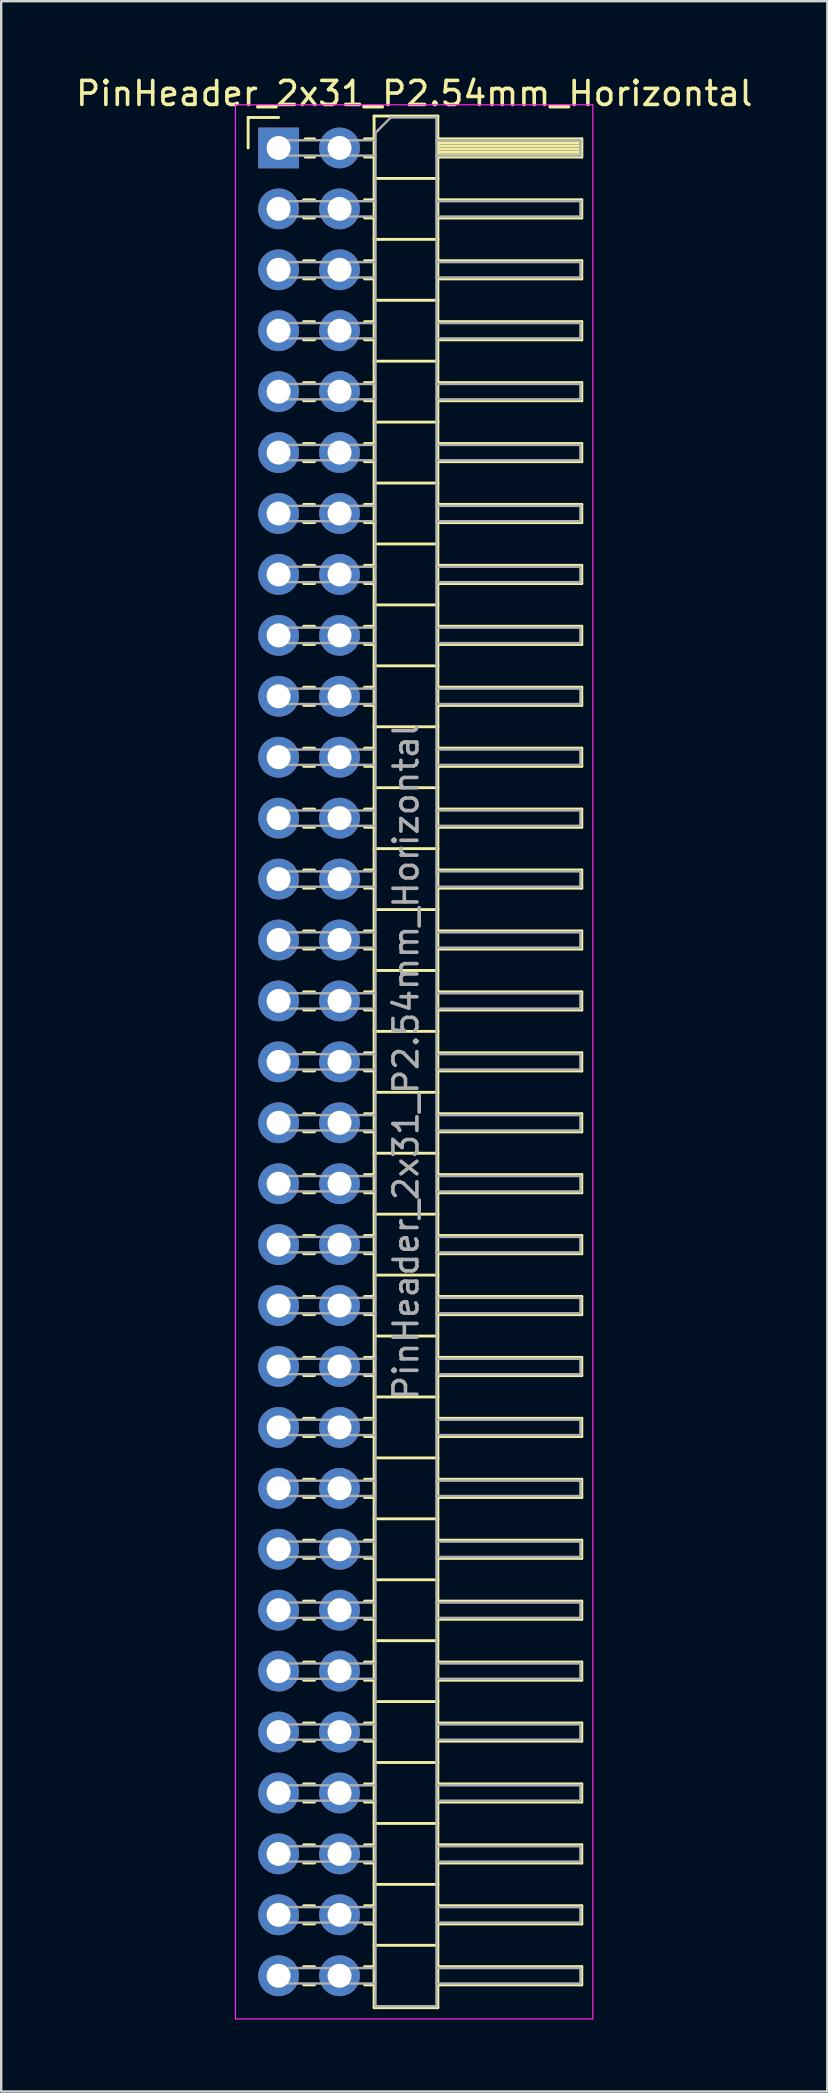
<source format=kicad_pcb>
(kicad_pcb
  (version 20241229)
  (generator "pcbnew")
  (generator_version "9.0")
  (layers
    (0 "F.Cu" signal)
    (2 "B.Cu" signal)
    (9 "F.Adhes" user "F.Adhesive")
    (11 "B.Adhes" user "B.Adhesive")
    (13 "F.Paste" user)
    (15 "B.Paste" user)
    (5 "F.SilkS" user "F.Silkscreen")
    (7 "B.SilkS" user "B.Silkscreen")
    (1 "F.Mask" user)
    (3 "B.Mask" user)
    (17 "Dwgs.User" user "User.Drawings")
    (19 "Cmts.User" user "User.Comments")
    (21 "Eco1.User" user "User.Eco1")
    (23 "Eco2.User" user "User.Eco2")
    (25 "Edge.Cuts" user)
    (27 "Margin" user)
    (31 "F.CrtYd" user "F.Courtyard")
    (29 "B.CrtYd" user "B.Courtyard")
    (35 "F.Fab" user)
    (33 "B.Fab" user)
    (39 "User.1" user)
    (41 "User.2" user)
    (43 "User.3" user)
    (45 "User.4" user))
  (footprint "PinHeader_2x31_P2.54mm_Horizontal"
    (layer "F.Cu")
    (at 8.565 3.118)
    (property "Reference" "PinHeader_2x31_P2.54mm_Horizontal" (at 5.655 -2.27 0) (layer "F.SilkS") (effects (font (size 1 1) (thickness 0.15))))
    (attr through_hole)
    (fp_line (start -1.27 -1.27) (end 0 -1.27) (stroke (width 0.12) (type solid)) (layer "F.SilkS"))
    (fp_line (start -1.27 0) (end -1.27 -1.27) (stroke (width 0.12) (type solid)) (layer "F.SilkS"))
    (fp_line (start 1.043 2.16) (end 1.497 2.16) (stroke (width 0.12) (type solid)) (layer "F.SilkS"))
    (fp_line (start 1.043 2.92) (end 1.497 2.92) (stroke (width 0.12) (type solid)) (layer "F.SilkS"))
    (fp_line (start 1.043 4.7) (end 1.497 4.7) (stroke (width 0.12) (type solid)) (layer "F.SilkS"))
    (fp_line (start 1.043 5.46) (end 1.497 5.46) (stroke (width 0.12) (type solid)) (layer "F.SilkS"))
    (fp_line (start 1.043 7.24) (end 1.497 7.24) (stroke (width 0.12) (type solid)) (layer "F.SilkS"))
    (fp_line (start 1.043 8) (end 1.497 8) (stroke (width 0.12) (type solid)) (layer "F.SilkS"))
    (fp_line (start 1.043 9.78) (end 1.497 9.78) (stroke (width 0.12) (type solid)) (layer "F.SilkS"))
    (fp_line (start 1.043 10.54) (end 1.497 10.54) (stroke (width 0.12) (type solid)) (layer "F.SilkS"))
    (fp_line (start 1.043 12.32) (end 1.497 12.32) (stroke (width 0.12) (type solid)) (layer "F.SilkS"))
    (fp_line (start 1.043 13.08) (end 1.497 13.08) (stroke (width 0.12) (type solid)) (layer "F.SilkS"))
    (fp_line (start 1.043 14.86) (end 1.497 14.86) (stroke (width 0.12) (type solid)) (layer "F.SilkS"))
    (fp_line (start 1.043 15.62) (end 1.497 15.62) (stroke (width 0.12) (type solid)) (layer "F.SilkS"))
    (fp_line (start 1.043 17.4) (end 1.497 17.4) (stroke (width 0.12) (type solid)) (layer "F.SilkS"))
    (fp_line (start 1.043 18.16) (end 1.497 18.16) (stroke (width 0.12) (type solid)) (layer "F.SilkS"))
    (fp_line (start 1.043 19.94) (end 1.497 19.94) (stroke (width 0.12) (type solid)) (layer "F.SilkS"))
    (fp_line (start 1.043 20.7) (end 1.497 20.7) (stroke (width 0.12) (type solid)) (layer "F.SilkS"))
    (fp_line (start 1.043 22.48) (end 1.497 22.48) (stroke (width 0.12) (type solid)) (layer "F.SilkS"))
    (fp_line (start 1.043 23.24) (end 1.497 23.24) (stroke (width 0.12) (type solid)) (layer "F.SilkS"))
    (fp_line (start 1.043 25.02) (end 1.497 25.02) (stroke (width 0.12) (type solid)) (layer "F.SilkS"))
    (fp_line (start 1.043 25.78) (end 1.497 25.78) (stroke (width 0.12) (type solid)) (layer "F.SilkS"))
    (fp_line (start 1.043 27.56) (end 1.497 27.56) (stroke (width 0.12) (type solid)) (layer "F.SilkS"))
    (fp_line (start 1.043 28.32) (end 1.497 28.32) (stroke (width 0.12) (type solid)) (layer "F.SilkS"))
    (fp_line (start 1.043 30.1) (end 1.497 30.1) (stroke (width 0.12) (type solid)) (layer "F.SilkS"))
    (fp_line (start 1.043 30.86) (end 1.497 30.86) (stroke (width 0.12) (type solid)) (layer "F.SilkS"))
    (fp_line (start 1.043 32.64) (end 1.497 32.64) (stroke (width 0.12) (type solid)) (layer "F.SilkS"))
    (fp_line (start 1.043 33.4) (end 1.497 33.4) (stroke (width 0.12) (type solid)) (layer "F.SilkS"))
    (fp_line (start 1.043 35.18) (end 1.497 35.18) (stroke (width 0.12) (type solid)) (layer "F.SilkS"))
    (fp_line (start 1.043 35.94) (end 1.497 35.94) (stroke (width 0.12) (type solid)) (layer "F.SilkS"))
    (fp_line (start 1.043 37.72) (end 1.497 37.72) (stroke (width 0.12) (type solid)) (layer "F.SilkS"))
    (fp_line (start 1.043 38.48) (end 1.497 38.48) (stroke (width 0.12) (type solid)) (layer "F.SilkS"))
    (fp_line (start 1.043 40.26) (end 1.497 40.26) (stroke (width 0.12) (type solid)) (layer "F.SilkS"))
    (fp_line (start 1.043 41.02) (end 1.497 41.02) (stroke (width 0.12) (type solid)) (layer "F.SilkS"))
    (fp_line (start 1.043 42.8) (end 1.497 42.8) (stroke (width 0.12) (type solid)) (layer "F.SilkS"))
    (fp_line (start 1.043 43.56) (end 1.497 43.56) (stroke (width 0.12) (type solid)) (layer "F.SilkS"))
    (fp_line (start 1.043 45.34) (end 1.497 45.34) (stroke (width 0.12) (type solid)) (layer "F.SilkS"))
    (fp_line (start 1.043 46.1) (end 1.497 46.1) (stroke (width 0.12) (type solid)) (layer "F.SilkS"))
    (fp_line (start 1.043 47.88) (end 1.497 47.88) (stroke (width 0.12) (type solid)) (layer "F.SilkS"))
    (fp_line (start 1.043 48.64) (end 1.497 48.64) (stroke (width 0.12) (type solid)) (layer "F.SilkS"))
    (fp_line (start 1.043 50.42) (end 1.497 50.42) (stroke (width 0.12) (type solid)) (layer "F.SilkS"))
    (fp_line (start 1.043 51.18) (end 1.497 51.18) (stroke (width 0.12) (type solid)) (layer "F.SilkS"))
    (fp_line (start 1.043 52.96) (end 1.497 52.96) (stroke (width 0.12) (type solid)) (layer "F.SilkS"))
    (fp_line (start 1.043 53.72) (end 1.497 53.72) (stroke (width 0.12) (type solid)) (layer "F.SilkS"))
    (fp_line (start 1.043 55.5) (end 1.497 55.5) (stroke (width 0.12) (type solid)) (layer "F.SilkS"))
    (fp_line (start 1.043 56.26) (end 1.497 56.26) (stroke (width 0.12) (type solid)) (layer "F.SilkS"))
    (fp_line (start 1.043 58.04) (end 1.497 58.04) (stroke (width 0.12) (type solid)) (layer "F.SilkS"))
    (fp_line (start 1.043 58.8) (end 1.497 58.8) (stroke (width 0.12) (type solid)) (layer "F.SilkS"))
    (fp_line (start 1.043 60.58) (end 1.497 60.58) (stroke (width 0.12) (type solid)) (layer "F.SilkS"))
    (fp_line (start 1.043 61.34) (end 1.497 61.34) (stroke (width 0.12) (type solid)) (layer "F.SilkS"))
    (fp_line (start 1.043 63.12) (end 1.497 63.12) (stroke (width 0.12) (type solid)) (layer "F.SilkS"))
    (fp_line (start 1.043 63.88) (end 1.497 63.88) (stroke (width 0.12) (type solid)) (layer "F.SilkS"))
    (fp_line (start 1.043 65.66) (end 1.497 65.66) (stroke (width 0.12) (type solid)) (layer "F.SilkS"))
    (fp_line (start 1.043 66.42) (end 1.497 66.42) (stroke (width 0.12) (type solid)) (layer "F.SilkS"))
    (fp_line (start 1.043 68.2) (end 1.497 68.2) (stroke (width 0.12) (type solid)) (layer "F.SilkS"))
    (fp_line (start 1.043 68.96) (end 1.497 68.96) (stroke (width 0.12) (type solid)) (layer "F.SilkS"))
    (fp_line (start 1.043 70.74) (end 1.497 70.74) (stroke (width 0.12) (type solid)) (layer "F.SilkS"))
    (fp_line (start 1.043 71.5) (end 1.497 71.5) (stroke (width 0.12) (type solid)) (layer "F.SilkS"))
    (fp_line (start 1.043 73.28) (end 1.497 73.28) (stroke (width 0.12) (type solid)) (layer "F.SilkS"))
    (fp_line (start 1.043 74.04) (end 1.497 74.04) (stroke (width 0.12) (type solid)) (layer "F.SilkS"))
    (fp_line (start 1.043 75.82) (end 1.497 75.82) (stroke (width 0.12) (type solid)) (layer "F.SilkS"))
    (fp_line (start 1.043 76.58) (end 1.497 76.58) (stroke (width 0.12) (type solid)) (layer "F.SilkS"))
    (fp_line (start 1.11 -0.38) (end 1.497 -0.38) (stroke (width 0.12) (type solid)) (layer "F.SilkS"))
    (fp_line (start 1.11 0.38) (end 1.497 0.38) (stroke (width 0.12) (type solid)) (layer "F.SilkS"))
    (fp_line (start 3.583 -0.38) (end 3.98 -0.38) (stroke (width 0.12) (type solid)) (layer "F.SilkS"))
    (fp_line (start 3.583 0.38) (end 3.98 0.38) (stroke (width 0.12) (type solid)) (layer "F.SilkS"))
    (fp_line (start 3.583 2.16) (end 3.98 2.16) (stroke (width 0.12) (type solid)) (layer "F.SilkS"))
    (fp_line (start 3.583 2.92) (end 3.98 2.92) (stroke (width 0.12) (type solid)) (layer "F.SilkS"))
    (fp_line (start 3.583 4.7) (end 3.98 4.7) (stroke (width 0.12) (type solid)) (layer "F.SilkS"))
    (fp_line (start 3.583 5.46) (end 3.98 5.46) (stroke (width 0.12) (type solid)) (layer "F.SilkS"))
    (fp_line (start 3.583 7.24) (end 3.98 7.24) (stroke (width 0.12) (type solid)) (layer "F.SilkS"))
    (fp_line (start 3.583 8) (end 3.98 8) (stroke (width 0.12) (type solid)) (layer "F.SilkS"))
    (fp_line (start 3.583 9.78) (end 3.98 9.78) (stroke (width 0.12) (type solid)) (layer "F.SilkS"))
    (fp_line (start 3.583 10.54) (end 3.98 10.54) (stroke (width 0.12) (type solid)) (layer "F.SilkS"))
    (fp_line (start 3.583 12.32) (end 3.98 12.32) (stroke (width 0.12) (type solid)) (layer "F.SilkS"))
    (fp_line (start 3.583 13.08) (end 3.98 13.08) (stroke (width 0.12) (type solid)) (layer "F.SilkS"))
    (fp_line (start 3.583 14.86) (end 3.98 14.86) (stroke (width 0.12) (type solid)) (layer "F.SilkS"))
    (fp_line (start 3.583 15.62) (end 3.98 15.62) (stroke (width 0.12) (type solid)) (layer "F.SilkS"))
    (fp_line (start 3.583 17.4) (end 3.98 17.4) (stroke (width 0.12) (type solid)) (layer "F.SilkS"))
    (fp_line (start 3.583 18.16) (end 3.98 18.16) (stroke (width 0.12) (type solid)) (layer "F.SilkS"))
    (fp_line (start 3.583 19.94) (end 3.98 19.94) (stroke (width 0.12) (type solid)) (layer "F.SilkS"))
    (fp_line (start 3.583 20.7) (end 3.98 20.7) (stroke (width 0.12) (type solid)) (layer "F.SilkS"))
    (fp_line (start 3.583 22.48) (end 3.98 22.48) (stroke (width 0.12) (type solid)) (layer "F.SilkS"))
    (fp_line (start 3.583 23.24) (end 3.98 23.24) (stroke (width 0.12) (type solid)) (layer "F.SilkS"))
    (fp_line (start 3.583 25.02) (end 3.98 25.02) (stroke (width 0.12) (type solid)) (layer "F.SilkS"))
    (fp_line (start 3.583 25.78) (end 3.98 25.78) (stroke (width 0.12) (type solid)) (layer "F.SilkS"))
    (fp_line (start 3.583 27.56) (end 3.98 27.56) (stroke (width 0.12) (type solid)) (layer "F.SilkS"))
    (fp_line (start 3.583 28.32) (end 3.98 28.32) (stroke (width 0.12) (type solid)) (layer "F.SilkS"))
    (fp_line (start 3.583 30.1) (end 3.98 30.1) (stroke (width 0.12) (type solid)) (layer "F.SilkS"))
    (fp_line (start 3.583 30.86) (end 3.98 30.86) (stroke (width 0.12) (type solid)) (layer "F.SilkS"))
    (fp_line (start 3.583 32.64) (end 3.98 32.64) (stroke (width 0.12) (type solid)) (layer "F.SilkS"))
    (fp_line (start 3.583 33.4) (end 3.98 33.4) (stroke (width 0.12) (type solid)) (layer "F.SilkS"))
    (fp_line (start 3.583 35.18) (end 3.98 35.18) (stroke (width 0.12) (type solid)) (layer "F.SilkS"))
    (fp_line (start 3.583 35.94) (end 3.98 35.94) (stroke (width 0.12) (type solid)) (layer "F.SilkS"))
    (fp_line (start 3.583 37.72) (end 3.98 37.72) (stroke (width 0.12) (type solid)) (layer "F.SilkS"))
    (fp_line (start 3.583 38.48) (end 3.98 38.48) (stroke (width 0.12) (type solid)) (layer "F.SilkS"))
    (fp_line (start 3.583 40.26) (end 3.98 40.26) (stroke (width 0.12) (type solid)) (layer "F.SilkS"))
    (fp_line (start 3.583 41.02) (end 3.98 41.02) (stroke (width 0.12) (type solid)) (layer "F.SilkS"))
    (fp_line (start 3.583 42.8) (end 3.98 42.8) (stroke (width 0.12) (type solid)) (layer "F.SilkS"))
    (fp_line (start 3.583 43.56) (end 3.98 43.56) (stroke (width 0.12) (type solid)) (layer "F.SilkS"))
    (fp_line (start 3.583 45.34) (end 3.98 45.34) (stroke (width 0.12) (type solid)) (layer "F.SilkS"))
    (fp_line (start 3.583 46.1) (end 3.98 46.1) (stroke (width 0.12) (type solid)) (layer "F.SilkS"))
    (fp_line (start 3.583 47.88) (end 3.98 47.88) (stroke (width 0.12) (type solid)) (layer "F.SilkS"))
    (fp_line (start 3.583 48.64) (end 3.98 48.64) (stroke (width 0.12) (type solid)) (layer "F.SilkS"))
    (fp_line (start 3.583 50.42) (end 3.98 50.42) (stroke (width 0.12) (type solid)) (layer "F.SilkS"))
    (fp_line (start 3.583 51.18) (end 3.98 51.18) (stroke (width 0.12) (type solid)) (layer "F.SilkS"))
    (fp_line (start 3.583 52.96) (end 3.98 52.96) (stroke (width 0.12) (type solid)) (layer "F.SilkS"))
    (fp_line (start 3.583 53.72) (end 3.98 53.72) (stroke (width 0.12) (type solid)) (layer "F.SilkS"))
    (fp_line (start 3.583 55.5) (end 3.98 55.5) (stroke (width 0.12) (type solid)) (layer "F.SilkS"))
    (fp_line (start 3.583 56.26) (end 3.98 56.26) (stroke (width 0.12) (type solid)) (layer "F.SilkS"))
    (fp_line (start 3.583 58.04) (end 3.98 58.04) (stroke (width 0.12) (type solid)) (layer "F.SilkS"))
    (fp_line (start 3.583 58.8) (end 3.98 58.8) (stroke (width 0.12) (type solid)) (layer "F.SilkS"))
    (fp_line (start 3.583 60.58) (end 3.98 60.58) (stroke (width 0.12) (type solid)) (layer "F.SilkS"))
    (fp_line (start 3.583 61.34) (end 3.98 61.34) (stroke (width 0.12) (type solid)) (layer "F.SilkS"))
    (fp_line (start 3.583 63.12) (end 3.98 63.12) (stroke (width 0.12) (type solid)) (layer "F.SilkS"))
    (fp_line (start 3.583 63.88) (end 3.98 63.88) (stroke (width 0.12) (type solid)) (layer "F.SilkS"))
    (fp_line (start 3.583 65.66) (end 3.98 65.66) (stroke (width 0.12) (type solid)) (layer "F.SilkS"))
    (fp_line (start 3.583 66.42) (end 3.98 66.42) (stroke (width 0.12) (type solid)) (layer "F.SilkS"))
    (fp_line (start 3.583 68.2) (end 3.98 68.2) (stroke (width 0.12) (type solid)) (layer "F.SilkS"))
    (fp_line (start 3.583 68.96) (end 3.98 68.96) (stroke (width 0.12) (type solid)) (layer "F.SilkS"))
    (fp_line (start 3.583 70.74) (end 3.98 70.74) (stroke (width 0.12) (type solid)) (layer "F.SilkS"))
    (fp_line (start 3.583 71.5) (end 3.98 71.5) (stroke (width 0.12) (type solid)) (layer "F.SilkS"))
    (fp_line (start 3.583 73.28) (end 3.98 73.28) (stroke (width 0.12) (type solid)) (layer "F.SilkS"))
    (fp_line (start 3.583 74.04) (end 3.98 74.04) (stroke (width 0.12) (type solid)) (layer "F.SilkS"))
    (fp_line (start 3.583 75.82) (end 3.98 75.82) (stroke (width 0.12) (type solid)) (layer "F.SilkS"))
    (fp_line (start 3.583 76.58) (end 3.98 76.58) (stroke (width 0.12) (type solid)) (layer "F.SilkS"))
    (fp_line (start 3.98 -1.33) (end 3.98 77.53) (stroke (width 0.12) (type solid)) (layer "F.SilkS"))
    (fp_line (start 3.98 1.27) (end 6.64 1.27) (stroke (width 0.12) (type solid)) (layer "F.SilkS"))
    (fp_line (start 3.98 3.81) (end 6.64 3.81) (stroke (width 0.12) (type solid)) (layer "F.SilkS"))
    (fp_line (start 3.98 6.35) (end 6.64 6.35) (stroke (width 0.12) (type solid)) (layer "F.SilkS"))
    (fp_line (start 3.98 8.89) (end 6.64 8.89) (stroke (width 0.12) (type solid)) (layer "F.SilkS"))
    (fp_line (start 3.98 11.43) (end 6.64 11.43) (stroke (width 0.12) (type solid)) (layer "F.SilkS"))
    (fp_line (start 3.98 13.97) (end 6.64 13.97) (stroke (width 0.12) (type solid)) (layer "F.SilkS"))
    (fp_line (start 3.98 16.51) (end 6.64 16.51) (stroke (width 0.12) (type solid)) (layer "F.SilkS"))
    (fp_line (start 3.98 19.05) (end 6.64 19.05) (stroke (width 0.12) (type solid)) (layer "F.SilkS"))
    (fp_line (start 3.98 21.59) (end 6.64 21.59) (stroke (width 0.12) (type solid)) (layer "F.SilkS"))
    (fp_line (start 3.98 24.13) (end 6.64 24.13) (stroke (width 0.12) (type solid)) (layer "F.SilkS"))
    (fp_line (start 3.98 26.67) (end 6.64 26.67) (stroke (width 0.12) (type solid)) (layer "F.SilkS"))
    (fp_line (start 3.98 29.21) (end 6.64 29.21) (stroke (width 0.12) (type solid)) (layer "F.SilkS"))
    (fp_line (start 3.98 31.75) (end 6.64 31.75) (stroke (width 0.12) (type solid)) (layer "F.SilkS"))
    (fp_line (start 3.98 34.29) (end 6.64 34.29) (stroke (width 0.12) (type solid)) (layer "F.SilkS"))
    (fp_line (start 3.98 36.83) (end 6.64 36.83) (stroke (width 0.12) (type solid)) (layer "F.SilkS"))
    (fp_line (start 3.98 39.37) (end 6.64 39.37) (stroke (width 0.12) (type solid)) (layer "F.SilkS"))
    (fp_line (start 3.98 41.91) (end 6.64 41.91) (stroke (width 0.12) (type solid)) (layer "F.SilkS"))
    (fp_line (start 3.98 44.45) (end 6.64 44.45) (stroke (width 0.12) (type solid)) (layer "F.SilkS"))
    (fp_line (start 3.98 46.99) (end 6.64 46.99) (stroke (width 0.12) (type solid)) (layer "F.SilkS"))
    (fp_line (start 3.98 49.53) (end 6.64 49.53) (stroke (width 0.12) (type solid)) (layer "F.SilkS"))
    (fp_line (start 3.98 52.07) (end 6.64 52.07) (stroke (width 0.12) (type solid)) (layer "F.SilkS"))
    (fp_line (start 3.98 54.61) (end 6.64 54.61) (stroke (width 0.12) (type solid)) (layer "F.SilkS"))
    (fp_line (start 3.98 57.15) (end 6.64 57.15) (stroke (width 0.12) (type solid)) (layer "F.SilkS"))
    (fp_line (start 3.98 59.69) (end 6.64 59.69) (stroke (width 0.12) (type solid)) (layer "F.SilkS"))
    (fp_line (start 3.98 62.23) (end 6.64 62.23) (stroke (width 0.12) (type solid)) (layer "F.SilkS"))
    (fp_line (start 3.98 64.77) (end 6.64 64.77) (stroke (width 0.12) (type solid)) (layer "F.SilkS"))
    (fp_line (start 3.98 67.31) (end 6.64 67.31) (stroke (width 0.12) (type solid)) (layer "F.SilkS"))
    (fp_line (start 3.98 69.85) (end 6.64 69.85) (stroke (width 0.12) (type solid)) (layer "F.SilkS"))
    (fp_line (start 3.98 72.39) (end 6.64 72.39) (stroke (width 0.12) (type solid)) (layer "F.SilkS"))
    (fp_line (start 3.98 74.93) (end 6.64 74.93) (stroke (width 0.12) (type solid)) (layer "F.SilkS"))
    (fp_line (start 3.98 77.53) (end 6.64 77.53) (stroke (width 0.12) (type solid)) (layer "F.SilkS"))
    (fp_line (start 6.64 -1.33) (end 3.98 -1.33) (stroke (width 0.12) (type solid)) (layer "F.SilkS"))
    (fp_line (start 6.64 -0.38) (end 12.64 -0.38) (stroke (width 0.12) (type solid)) (layer "F.SilkS"))
    (fp_line (start 6.64 -0.32) (end 12.64 -0.32) (stroke (width 0.12) (type solid)) (layer "F.SilkS"))
    (fp_line (start 6.64 -0.2) (end 12.64 -0.2) (stroke (width 0.12) (type solid)) (layer "F.SilkS"))
    (fp_line (start 6.64 -0.08) (end 12.64 -0.08) (stroke (width 0.12) (type solid)) (layer "F.SilkS"))
    (fp_line (start 6.64 0.04) (end 12.64 0.04) (stroke (width 0.12) (type solid)) (layer "F.SilkS"))
    (fp_line (start 6.64 0.16) (end 12.64 0.16) (stroke (width 0.12) (type solid)) (layer "F.SilkS"))
    (fp_line (start 6.64 0.28) (end 12.64 0.28) (stroke (width 0.12) (type solid)) (layer "F.SilkS"))
    (fp_line (start 6.64 2.16) (end 12.64 2.16) (stroke (width 0.12) (type solid)) (layer "F.SilkS"))
    (fp_line (start 6.64 4.7) (end 12.64 4.7) (stroke (width 0.12) (type solid)) (layer "F.SilkS"))
    (fp_line (start 6.64 7.24) (end 12.64 7.24) (stroke (width 0.12) (type solid)) (layer "F.SilkS"))
    (fp_line (start 6.64 9.78) (end 12.64 9.78) (stroke (width 0.12) (type solid)) (layer "F.SilkS"))
    (fp_line (start 6.64 12.32) (end 12.64 12.32) (stroke (width 0.12) (type solid)) (layer "F.SilkS"))
    (fp_line (start 6.64 14.86) (end 12.64 14.86) (stroke (width 0.12) (type solid)) (layer "F.SilkS"))
    (fp_line (start 6.64 17.4) (end 12.64 17.4) (stroke (width 0.12) (type solid)) (layer "F.SilkS"))
    (fp_line (start 6.64 19.94) (end 12.64 19.94) (stroke (width 0.12) (type solid)) (layer "F.SilkS"))
    (fp_line (start 6.64 22.48) (end 12.64 22.48) (stroke (width 0.12) (type solid)) (layer "F.SilkS"))
    (fp_line (start 6.64 25.02) (end 12.64 25.02) (stroke (width 0.12) (type solid)) (layer "F.SilkS"))
    (fp_line (start 6.64 27.56) (end 12.64 27.56) (stroke (width 0.12) (type solid)) (layer "F.SilkS"))
    (fp_line (start 6.64 30.1) (end 12.64 30.1) (stroke (width 0.12) (type solid)) (layer "F.SilkS"))
    (fp_line (start 6.64 32.64) (end 12.64 32.64) (stroke (width 0.12) (type solid)) (layer "F.SilkS"))
    (fp_line (start 6.64 35.18) (end 12.64 35.18) (stroke (width 0.12) (type solid)) (layer "F.SilkS"))
    (fp_line (start 6.64 37.72) (end 12.64 37.72) (stroke (width 0.12) (type solid)) (layer "F.SilkS"))
    (fp_line (start 6.64 40.26) (end 12.64 40.26) (stroke (width 0.12) (type solid)) (layer "F.SilkS"))
    (fp_line (start 6.64 42.8) (end 12.64 42.8) (stroke (width 0.12) (type solid)) (layer "F.SilkS"))
    (fp_line (start 6.64 45.34) (end 12.64 45.34) (stroke (width 0.12) (type solid)) (layer "F.SilkS"))
    (fp_line (start 6.64 47.88) (end 12.64 47.88) (stroke (width 0.12) (type solid)) (layer "F.SilkS"))
    (fp_line (start 6.64 50.42) (end 12.64 50.42) (stroke (width 0.12) (type solid)) (layer "F.SilkS"))
    (fp_line (start 6.64 52.96) (end 12.64 52.96) (stroke (width 0.12) (type solid)) (layer "F.SilkS"))
    (fp_line (start 6.64 55.5) (end 12.64 55.5) (stroke (width 0.12) (type solid)) (layer "F.SilkS"))
    (fp_line (start 6.64 58.04) (end 12.64 58.04) (stroke (width 0.12) (type solid)) (layer "F.SilkS"))
    (fp_line (start 6.64 60.58) (end 12.64 60.58) (stroke (width 0.12) (type solid)) (layer "F.SilkS"))
    (fp_line (start 6.64 63.12) (end 12.64 63.12) (stroke (width 0.12) (type solid)) (layer "F.SilkS"))
    (fp_line (start 6.64 65.66) (end 12.64 65.66) (stroke (width 0.12) (type solid)) (layer "F.SilkS"))
    (fp_line (start 6.64 68.2) (end 12.64 68.2) (stroke (width 0.12) (type solid)) (layer "F.SilkS"))
    (fp_line (start 6.64 70.74) (end 12.64 70.74) (stroke (width 0.12) (type solid)) (layer "F.SilkS"))
    (fp_line (start 6.64 73.28) (end 12.64 73.28) (stroke (width 0.12) (type solid)) (layer "F.SilkS"))
    (fp_line (start 6.64 75.82) (end 12.64 75.82) (stroke (width 0.12) (type solid)) (layer "F.SilkS"))
    (fp_line (start 6.64 77.53) (end 6.64 -1.33) (stroke (width 0.12) (type solid)) (layer "F.SilkS"))
    (fp_line (start 12.64 -0.38) (end 12.64 0.38) (stroke (width 0.12) (type solid)) (layer "F.SilkS"))
    (fp_line (start 12.64 0.38) (end 6.64 0.38) (stroke (width 0.12) (type solid)) (layer "F.SilkS"))
    (fp_line (start 12.64 2.16) (end 12.64 2.92) (stroke (width 0.12) (type solid)) (layer "F.SilkS"))
    (fp_line (start 12.64 2.92) (end 6.64 2.92) (stroke (width 0.12) (type solid)) (layer "F.SilkS"))
    (fp_line (start 12.64 4.7) (end 12.64 5.46) (stroke (width 0.12) (type solid)) (layer "F.SilkS"))
    (fp_line (start 12.64 5.46) (end 6.64 5.46) (stroke (width 0.12) (type solid)) (layer "F.SilkS"))
    (fp_line (start 12.64 7.24) (end 12.64 8) (stroke (width 0.12) (type solid)) (layer "F.SilkS"))
    (fp_line (start 12.64 8) (end 6.64 8) (stroke (width 0.12) (type solid)) (layer "F.SilkS"))
    (fp_line (start 12.64 9.78) (end 12.64 10.54) (stroke (width 0.12) (type solid)) (layer "F.SilkS"))
    (fp_line (start 12.64 10.54) (end 6.64 10.54) (stroke (width 0.12) (type solid)) (layer "F.SilkS"))
    (fp_line (start 12.64 12.32) (end 12.64 13.08) (stroke (width 0.12) (type solid)) (layer "F.SilkS"))
    (fp_line (start 12.64 13.08) (end 6.64 13.08) (stroke (width 0.12) (type solid)) (layer "F.SilkS"))
    (fp_line (start 12.64 14.86) (end 12.64 15.62) (stroke (width 0.12) (type solid)) (layer "F.SilkS"))
    (fp_line (start 12.64 15.62) (end 6.64 15.62) (stroke (width 0.12) (type solid)) (layer "F.SilkS"))
    (fp_line (start 12.64 17.4) (end 12.64 18.16) (stroke (width 0.12) (type solid)) (layer "F.SilkS"))
    (fp_line (start 12.64 18.16) (end 6.64 18.16) (stroke (width 0.12) (type solid)) (layer "F.SilkS"))
    (fp_line (start 12.64 19.94) (end 12.64 20.7) (stroke (width 0.12) (type solid)) (layer "F.SilkS"))
    (fp_line (start 12.64 20.7) (end 6.64 20.7) (stroke (width 0.12) (type solid)) (layer "F.SilkS"))
    (fp_line (start 12.64 22.48) (end 12.64 23.24) (stroke (width 0.12) (type solid)) (layer "F.SilkS"))
    (fp_line (start 12.64 23.24) (end 6.64 23.24) (stroke (width 0.12) (type solid)) (layer "F.SilkS"))
    (fp_line (start 12.64 25.02) (end 12.64 25.78) (stroke (width 0.12) (type solid)) (layer "F.SilkS"))
    (fp_line (start 12.64 25.78) (end 6.64 25.78) (stroke (width 0.12) (type solid)) (layer "F.SilkS"))
    (fp_line (start 12.64 27.56) (end 12.64 28.32) (stroke (width 0.12) (type solid)) (layer "F.SilkS"))
    (fp_line (start 12.64 28.32) (end 6.64 28.32) (stroke (width 0.12) (type solid)) (layer "F.SilkS"))
    (fp_line (start 12.64 30.1) (end 12.64 30.86) (stroke (width 0.12) (type solid)) (layer "F.SilkS"))
    (fp_line (start 12.64 30.86) (end 6.64 30.86) (stroke (width 0.12) (type solid)) (layer "F.SilkS"))
    (fp_line (start 12.64 32.64) (end 12.64 33.4) (stroke (width 0.12) (type solid)) (layer "F.SilkS"))
    (fp_line (start 12.64 33.4) (end 6.64 33.4) (stroke (width 0.12) (type solid)) (layer "F.SilkS"))
    (fp_line (start 12.64 35.18) (end 12.64 35.94) (stroke (width 0.12) (type solid)) (layer "F.SilkS"))
    (fp_line (start 12.64 35.94) (end 6.64 35.94) (stroke (width 0.12) (type solid)) (layer "F.SilkS"))
    (fp_line (start 12.64 37.72) (end 12.64 38.48) (stroke (width 0.12) (type solid)) (layer "F.SilkS"))
    (fp_line (start 12.64 38.48) (end 6.64 38.48) (stroke (width 0.12) (type solid)) (layer "F.SilkS"))
    (fp_line (start 12.64 40.26) (end 12.64 41.02) (stroke (width 0.12) (type solid)) (layer "F.SilkS"))
    (fp_line (start 12.64 41.02) (end 6.64 41.02) (stroke (width 0.12) (type solid)) (layer "F.SilkS"))
    (fp_line (start 12.64 42.8) (end 12.64 43.56) (stroke (width 0.12) (type solid)) (layer "F.SilkS"))
    (fp_line (start 12.64 43.56) (end 6.64 43.56) (stroke (width 0.12) (type solid)) (layer "F.SilkS"))
    (fp_line (start 12.64 45.34) (end 12.64 46.1) (stroke (width 0.12) (type solid)) (layer "F.SilkS"))
    (fp_line (start 12.64 46.1) (end 6.64 46.1) (stroke (width 0.12) (type solid)) (layer "F.SilkS"))
    (fp_line (start 12.64 47.88) (end 12.64 48.64) (stroke (width 0.12) (type solid)) (layer "F.SilkS"))
    (fp_line (start 12.64 48.64) (end 6.64 48.64) (stroke (width 0.12) (type solid)) (layer "F.SilkS"))
    (fp_line (start 12.64 50.42) (end 12.64 51.18) (stroke (width 0.12) (type solid)) (layer "F.SilkS"))
    (fp_line (start 12.64 51.18) (end 6.64 51.18) (stroke (width 0.12) (type solid)) (layer "F.SilkS"))
    (fp_line (start 12.64 52.96) (end 12.64 53.72) (stroke (width 0.12) (type solid)) (layer "F.SilkS"))
    (fp_line (start 12.64 53.72) (end 6.64 53.72) (stroke (width 0.12) (type solid)) (layer "F.SilkS"))
    (fp_line (start 12.64 55.5) (end 12.64 56.26) (stroke (width 0.12) (type solid)) (layer "F.SilkS"))
    (fp_line (start 12.64 56.26) (end 6.64 56.26) (stroke (width 0.12) (type solid)) (layer "F.SilkS"))
    (fp_line (start 12.64 58.04) (end 12.64 58.8) (stroke (width 0.12) (type solid)) (layer "F.SilkS"))
    (fp_line (start 12.64 58.8) (end 6.64 58.8) (stroke (width 0.12) (type solid)) (layer "F.SilkS"))
    (fp_line (start 12.64 60.58) (end 12.64 61.34) (stroke (width 0.12) (type solid)) (layer "F.SilkS"))
    (fp_line (start 12.64 61.34) (end 6.64 61.34) (stroke (width 0.12) (type solid)) (layer "F.SilkS"))
    (fp_line (start 12.64 63.12) (end 12.64 63.88) (stroke (width 0.12) (type solid)) (layer "F.SilkS"))
    (fp_line (start 12.64 63.88) (end 6.64 63.88) (stroke (width 0.12) (type solid)) (layer "F.SilkS"))
    (fp_line (start 12.64 65.66) (end 12.64 66.42) (stroke (width 0.12) (type solid)) (layer "F.SilkS"))
    (fp_line (start 12.64 66.42) (end 6.64 66.42) (stroke (width 0.12) (type solid)) (layer "F.SilkS"))
    (fp_line (start 12.64 68.2) (end 12.64 68.96) (stroke (width 0.12) (type solid)) (layer "F.SilkS"))
    (fp_line (start 12.64 68.96) (end 6.64 68.96) (stroke (width 0.12) (type solid)) (layer "F.SilkS"))
    (fp_line (start 12.64 70.74) (end 12.64 71.5) (stroke (width 0.12) (type solid)) (layer "F.SilkS"))
    (fp_line (start 12.64 71.5) (end 6.64 71.5) (stroke (width 0.12) (type solid)) (layer "F.SilkS"))
    (fp_line (start 12.64 73.28) (end 12.64 74.04) (stroke (width 0.12) (type solid)) (layer "F.SilkS"))
    (fp_line (start 12.64 74.04) (end 6.64 74.04) (stroke (width 0.12) (type solid)) (layer "F.SilkS"))
    (fp_line (start 12.64 75.82) (end 12.64 76.58) (stroke (width 0.12) (type solid)) (layer "F.SilkS"))
    (fp_line (start 12.64 76.58) (end 6.64 76.58) (stroke (width 0.12) (type solid)) (layer "F.SilkS"))
    (fp_line (start -1.8 -1.8) (end -1.8 78) (stroke (width 0.05) (type solid)) (layer "F.CrtYd"))
    (fp_line (start -1.8 78) (end 13.1 78) (stroke (width 0.05) (type solid)) (layer "F.CrtYd"))
    (fp_line (start 13.1 -1.8) (end -1.8 -1.8) (stroke (width 0.05) (type solid)) (layer "F.CrtYd"))
    (fp_line (start 13.1 78) (end 13.1 -1.8) (stroke (width 0.05) (type solid)) (layer "F.CrtYd"))
    (fp_line (start -0.32 -0.32) (end -0.32 0.32) (stroke (width 0.1) (type solid)) (layer "F.Fab"))
    (fp_line (start -0.32 -0.32) (end 4.04 -0.32) (stroke (width 0.1) (type solid)) (layer "F.Fab"))
    (fp_line (start -0.32 0.32) (end 4.04 0.32) (stroke (width 0.1) (type solid)) (layer "F.Fab"))
    (fp_line (start -0.32 2.22) (end -0.32 2.86) (stroke (width 0.1) (type solid)) (layer "F.Fab"))
    (fp_line (start -0.32 2.22) (end 4.04 2.22) (stroke (width 0.1) (type solid)) (layer "F.Fab"))
    (fp_line (start -0.32 2.86) (end 4.04 2.86) (stroke (width 0.1) (type solid)) (layer "F.Fab"))
    (fp_line (start -0.32 4.76) (end -0.32 5.4) (stroke (width 0.1) (type solid)) (layer "F.Fab"))
    (fp_line (start -0.32 4.76) (end 4.04 4.76) (stroke (width 0.1) (type solid)) (layer "F.Fab"))
    (fp_line (start -0.32 5.4) (end 4.04 5.4) (stroke (width 0.1) (type solid)) (layer "F.Fab"))
    (fp_line (start -0.32 7.3) (end -0.32 7.94) (stroke (width 0.1) (type solid)) (layer "F.Fab"))
    (fp_line (start -0.32 7.3) (end 4.04 7.3) (stroke (width 0.1) (type solid)) (layer "F.Fab"))
    (fp_line (start -0.32 7.94) (end 4.04 7.94) (stroke (width 0.1) (type solid)) (layer "F.Fab"))
    (fp_line (start -0.32 9.84) (end -0.32 10.48) (stroke (width 0.1) (type solid)) (layer "F.Fab"))
    (fp_line (start -0.32 9.84) (end 4.04 9.84) (stroke (width 0.1) (type solid)) (layer "F.Fab"))
    (fp_line (start -0.32 10.48) (end 4.04 10.48) (stroke (width 0.1) (type solid)) (layer "F.Fab"))
    (fp_line (start -0.32 12.38) (end -0.32 13.02) (stroke (width 0.1) (type solid)) (layer "F.Fab"))
    (fp_line (start -0.32 12.38) (end 4.04 12.38) (stroke (width 0.1) (type solid)) (layer "F.Fab"))
    (fp_line (start -0.32 13.02) (end 4.04 13.02) (stroke (width 0.1) (type solid)) (layer "F.Fab"))
    (fp_line (start -0.32 14.92) (end -0.32 15.56) (stroke (width 0.1) (type solid)) (layer "F.Fab"))
    (fp_line (start -0.32 14.92) (end 4.04 14.92) (stroke (width 0.1) (type solid)) (layer "F.Fab"))
    (fp_line (start -0.32 15.56) (end 4.04 15.56) (stroke (width 0.1) (type solid)) (layer "F.Fab"))
    (fp_line (start -0.32 17.46) (end -0.32 18.1) (stroke (width 0.1) (type solid)) (layer "F.Fab"))
    (fp_line (start -0.32 17.46) (end 4.04 17.46) (stroke (width 0.1) (type solid)) (layer "F.Fab"))
    (fp_line (start -0.32 18.1) (end 4.04 18.1) (stroke (width 0.1) (type solid)) (layer "F.Fab"))
    (fp_line (start -0.32 20) (end -0.32 20.64) (stroke (width 0.1) (type solid)) (layer "F.Fab"))
    (fp_line (start -0.32 20) (end 4.04 20) (stroke (width 0.1) (type solid)) (layer "F.Fab"))
    (fp_line (start -0.32 20.64) (end 4.04 20.64) (stroke (width 0.1) (type solid)) (layer "F.Fab"))
    (fp_line (start -0.32 22.54) (end -0.32 23.18) (stroke (width 0.1) (type solid)) (layer "F.Fab"))
    (fp_line (start -0.32 22.54) (end 4.04 22.54) (stroke (width 0.1) (type solid)) (layer "F.Fab"))
    (fp_line (start -0.32 23.18) (end 4.04 23.18) (stroke (width 0.1) (type solid)) (layer "F.Fab"))
    (fp_line (start -0.32 25.08) (end -0.32 25.72) (stroke (width 0.1) (type solid)) (layer "F.Fab"))
    (fp_line (start -0.32 25.08) (end 4.04 25.08) (stroke (width 0.1) (type solid)) (layer "F.Fab"))
    (fp_line (start -0.32 25.72) (end 4.04 25.72) (stroke (width 0.1) (type solid)) (layer "F.Fab"))
    (fp_line (start -0.32 27.62) (end -0.32 28.26) (stroke (width 0.1) (type solid)) (layer "F.Fab"))
    (fp_line (start -0.32 27.62) (end 4.04 27.62) (stroke (width 0.1) (type solid)) (layer "F.Fab"))
    (fp_line (start -0.32 28.26) (end 4.04 28.26) (stroke (width 0.1) (type solid)) (layer "F.Fab"))
    (fp_line (start -0.32 30.16) (end -0.32 30.8) (stroke (width 0.1) (type solid)) (layer "F.Fab"))
    (fp_line (start -0.32 30.16) (end 4.04 30.16) (stroke (width 0.1) (type solid)) (layer "F.Fab"))
    (fp_line (start -0.32 30.8) (end 4.04 30.8) (stroke (width 0.1) (type solid)) (layer "F.Fab"))
    (fp_line (start -0.32 32.7) (end -0.32 33.34) (stroke (width 0.1) (type solid)) (layer "F.Fab"))
    (fp_line (start -0.32 32.7) (end 4.04 32.7) (stroke (width 0.1) (type solid)) (layer "F.Fab"))
    (fp_line (start -0.32 33.34) (end 4.04 33.34) (stroke (width 0.1) (type solid)) (layer "F.Fab"))
    (fp_line (start -0.32 35.24) (end -0.32 35.88) (stroke (width 0.1) (type solid)) (layer "F.Fab"))
    (fp_line (start -0.32 35.24) (end 4.04 35.24) (stroke (width 0.1) (type solid)) (layer "F.Fab"))
    (fp_line (start -0.32 35.88) (end 4.04 35.88) (stroke (width 0.1) (type solid)) (layer "F.Fab"))
    (fp_line (start -0.32 37.78) (end -0.32 38.42) (stroke (width 0.1) (type solid)) (layer "F.Fab"))
    (fp_line (start -0.32 37.78) (end 4.04 37.78) (stroke (width 0.1) (type solid)) (layer "F.Fab"))
    (fp_line (start -0.32 38.42) (end 4.04 38.42) (stroke (width 0.1) (type solid)) (layer "F.Fab"))
    (fp_line (start -0.32 40.32) (end -0.32 40.96) (stroke (width 0.1) (type solid)) (layer "F.Fab"))
    (fp_line (start -0.32 40.32) (end 4.04 40.32) (stroke (width 0.1) (type solid)) (layer "F.Fab"))
    (fp_line (start -0.32 40.96) (end 4.04 40.96) (stroke (width 0.1) (type solid)) (layer "F.Fab"))
    (fp_line (start -0.32 42.86) (end -0.32 43.5) (stroke (width 0.1) (type solid)) (layer "F.Fab"))
    (fp_line (start -0.32 42.86) (end 4.04 42.86) (stroke (width 0.1) (type solid)) (layer "F.Fab"))
    (fp_line (start -0.32 43.5) (end 4.04 43.5) (stroke (width 0.1) (type solid)) (layer "F.Fab"))
    (fp_line (start -0.32 45.4) (end -0.32 46.04) (stroke (width 0.1) (type solid)) (layer "F.Fab"))
    (fp_line (start -0.32 45.4) (end 4.04 45.4) (stroke (width 0.1) (type solid)) (layer "F.Fab"))
    (fp_line (start -0.32 46.04) (end 4.04 46.04) (stroke (width 0.1) (type solid)) (layer "F.Fab"))
    (fp_line (start -0.32 47.94) (end -0.32 48.58) (stroke (width 0.1) (type solid)) (layer "F.Fab"))
    (fp_line (start -0.32 47.94) (end 4.04 47.94) (stroke (width 0.1) (type solid)) (layer "F.Fab"))
    (fp_line (start -0.32 48.58) (end 4.04 48.58) (stroke (width 0.1) (type solid)) (layer "F.Fab"))
    (fp_line (start -0.32 50.48) (end -0.32 51.12) (stroke (width 0.1) (type solid)) (layer "F.Fab"))
    (fp_line (start -0.32 50.48) (end 4.04 50.48) (stroke (width 0.1) (type solid)) (layer "F.Fab"))
    (fp_line (start -0.32 51.12) (end 4.04 51.12) (stroke (width 0.1) (type solid)) (layer "F.Fab"))
    (fp_line (start -0.32 53.02) (end -0.32 53.66) (stroke (width 0.1) (type solid)) (layer "F.Fab"))
    (fp_line (start -0.32 53.02) (end 4.04 53.02) (stroke (width 0.1) (type solid)) (layer "F.Fab"))
    (fp_line (start -0.32 53.66) (end 4.04 53.66) (stroke (width 0.1) (type solid)) (layer "F.Fab"))
    (fp_line (start -0.32 55.56) (end -0.32 56.2) (stroke (width 0.1) (type solid)) (layer "F.Fab"))
    (fp_line (start -0.32 55.56) (end 4.04 55.56) (stroke (width 0.1) (type solid)) (layer "F.Fab"))
    (fp_line (start -0.32 56.2) (end 4.04 56.2) (stroke (width 0.1) (type solid)) (layer "F.Fab"))
    (fp_line (start -0.32 58.1) (end -0.32 58.74) (stroke (width 0.1) (type solid)) (layer "F.Fab"))
    (fp_line (start -0.32 58.1) (end 4.04 58.1) (stroke (width 0.1) (type solid)) (layer "F.Fab"))
    (fp_line (start -0.32 58.74) (end 4.04 58.74) (stroke (width 0.1) (type solid)) (layer "F.Fab"))
    (fp_line (start -0.32 60.64) (end -0.32 61.28) (stroke (width 0.1) (type solid)) (layer "F.Fab"))
    (fp_line (start -0.32 60.64) (end 4.04 60.64) (stroke (width 0.1) (type solid)) (layer "F.Fab"))
    (fp_line (start -0.32 61.28) (end 4.04 61.28) (stroke (width 0.1) (type solid)) (layer "F.Fab"))
    (fp_line (start -0.32 63.18) (end -0.32 63.82) (stroke (width 0.1) (type solid)) (layer "F.Fab"))
    (fp_line (start -0.32 63.18) (end 4.04 63.18) (stroke (width 0.1) (type solid)) (layer "F.Fab"))
    (fp_line (start -0.32 63.82) (end 4.04 63.82) (stroke (width 0.1) (type solid)) (layer "F.Fab"))
    (fp_line (start -0.32 65.72) (end -0.32 66.36) (stroke (width 0.1) (type solid)) (layer "F.Fab"))
    (fp_line (start -0.32 65.72) (end 4.04 65.72) (stroke (width 0.1) (type solid)) (layer "F.Fab"))
    (fp_line (start -0.32 66.36) (end 4.04 66.36) (stroke (width 0.1) (type solid)) (layer "F.Fab"))
    (fp_line (start -0.32 68.26) (end -0.32 68.9) (stroke (width 0.1) (type solid)) (layer "F.Fab"))
    (fp_line (start -0.32 68.26) (end 4.04 68.26) (stroke (width 0.1) (type solid)) (layer "F.Fab"))
    (fp_line (start -0.32 68.9) (end 4.04 68.9) (stroke (width 0.1) (type solid)) (layer "F.Fab"))
    (fp_line (start -0.32 70.8) (end -0.32 71.44) (stroke (width 0.1) (type solid)) (layer "F.Fab"))
    (fp_line (start -0.32 70.8) (end 4.04 70.8) (stroke (width 0.1) (type solid)) (layer "F.Fab"))
    (fp_line (start -0.32 71.44) (end 4.04 71.44) (stroke (width 0.1) (type solid)) (layer "F.Fab"))
    (fp_line (start -0.32 73.34) (end -0.32 73.98) (stroke (width 0.1) (type solid)) (layer "F.Fab"))
    (fp_line (start -0.32 73.34) (end 4.04 73.34) (stroke (width 0.1) (type solid)) (layer "F.Fab"))
    (fp_line (start -0.32 73.98) (end 4.04 73.98) (stroke (width 0.1) (type solid)) (layer "F.Fab"))
    (fp_line (start -0.32 75.88) (end -0.32 76.52) (stroke (width 0.1) (type solid)) (layer "F.Fab"))
    (fp_line (start -0.32 75.88) (end 4.04 75.88) (stroke (width 0.1) (type solid)) (layer "F.Fab"))
    (fp_line (start -0.32 76.52) (end 4.04 76.52) (stroke (width 0.1) (type solid)) (layer "F.Fab"))
    (fp_line (start 4.04 -0.635) (end 4.675 -1.27) (stroke (width 0.1) (type solid)) (layer "F.Fab"))
    (fp_line (start 4.04 77.47) (end 4.04 -0.635) (stroke (width 0.1) (type solid)) (layer "F.Fab"))
    (fp_line (start 4.675 -1.27) (end 6.58 -1.27) (stroke (width 0.1) (type solid)) (layer "F.Fab"))
    (fp_line (start 6.58 -1.27) (end 6.58 77.47) (stroke (width 0.1) (type solid)) (layer "F.Fab"))
    (fp_line (start 6.58 -0.32) (end 12.58 -0.32) (stroke (width 0.1) (type solid)) (layer "F.Fab"))
    (fp_line (start 6.58 0.32) (end 12.58 0.32) (stroke (width 0.1) (type solid)) (layer "F.Fab"))
    (fp_line (start 6.58 2.22) (end 12.58 2.22) (stroke (width 0.1) (type solid)) (layer "F.Fab"))
    (fp_line (start 6.58 2.86) (end 12.58 2.86) (stroke (width 0.1) (type solid)) (layer "F.Fab"))
    (fp_line (start 6.58 4.76) (end 12.58 4.76) (stroke (width 0.1) (type solid)) (layer "F.Fab"))
    (fp_line (start 6.58 5.4) (end 12.58 5.4) (stroke (width 0.1) (type solid)) (layer "F.Fab"))
    (fp_line (start 6.58 7.3) (end 12.58 7.3) (stroke (width 0.1) (type solid)) (layer "F.Fab"))
    (fp_line (start 6.58 7.94) (end 12.58 7.94) (stroke (width 0.1) (type solid)) (layer "F.Fab"))
    (fp_line (start 6.58 9.84) (end 12.58 9.84) (stroke (width 0.1) (type solid)) (layer "F.Fab"))
    (fp_line (start 6.58 10.48) (end 12.58 10.48) (stroke (width 0.1) (type solid)) (layer "F.Fab"))
    (fp_line (start 6.58 12.38) (end 12.58 12.38) (stroke (width 0.1) (type solid)) (layer "F.Fab"))
    (fp_line (start 6.58 13.02) (end 12.58 13.02) (stroke (width 0.1) (type solid)) (layer "F.Fab"))
    (fp_line (start 6.58 14.92) (end 12.58 14.92) (stroke (width 0.1) (type solid)) (layer "F.Fab"))
    (fp_line (start 6.58 15.56) (end 12.58 15.56) (stroke (width 0.1) (type solid)) (layer "F.Fab"))
    (fp_line (start 6.58 17.46) (end 12.58 17.46) (stroke (width 0.1) (type solid)) (layer "F.Fab"))
    (fp_line (start 6.58 18.1) (end 12.58 18.1) (stroke (width 0.1) (type solid)) (layer "F.Fab"))
    (fp_line (start 6.58 20) (end 12.58 20) (stroke (width 0.1) (type solid)) (layer "F.Fab"))
    (fp_line (start 6.58 20.64) (end 12.58 20.64) (stroke (width 0.1) (type solid)) (layer "F.Fab"))
    (fp_line (start 6.58 22.54) (end 12.58 22.54) (stroke (width 0.1) (type solid)) (layer "F.Fab"))
    (fp_line (start 6.58 23.18) (end 12.58 23.18) (stroke (width 0.1) (type solid)) (layer "F.Fab"))
    (fp_line (start 6.58 25.08) (end 12.58 25.08) (stroke (width 0.1) (type solid)) (layer "F.Fab"))
    (fp_line (start 6.58 25.72) (end 12.58 25.72) (stroke (width 0.1) (type solid)) (layer "F.Fab"))
    (fp_line (start 6.58 27.62) (end 12.58 27.62) (stroke (width 0.1) (type solid)) (layer "F.Fab"))
    (fp_line (start 6.58 28.26) (end 12.58 28.26) (stroke (width 0.1) (type solid)) (layer "F.Fab"))
    (fp_line (start 6.58 30.16) (end 12.58 30.16) (stroke (width 0.1) (type solid)) (layer "F.Fab"))
    (fp_line (start 6.58 30.8) (end 12.58 30.8) (stroke (width 0.1) (type solid)) (layer "F.Fab"))
    (fp_line (start 6.58 32.7) (end 12.58 32.7) (stroke (width 0.1) (type solid)) (layer "F.Fab"))
    (fp_line (start 6.58 33.34) (end 12.58 33.34) (stroke (width 0.1) (type solid)) (layer "F.Fab"))
    (fp_line (start 6.58 35.24) (end 12.58 35.24) (stroke (width 0.1) (type solid)) (layer "F.Fab"))
    (fp_line (start 6.58 35.88) (end 12.58 35.88) (stroke (width 0.1) (type solid)) (layer "F.Fab"))
    (fp_line (start 6.58 37.78) (end 12.58 37.78) (stroke (width 0.1) (type solid)) (layer "F.Fab"))
    (fp_line (start 6.58 38.42) (end 12.58 38.42) (stroke (width 0.1) (type solid)) (layer "F.Fab"))
    (fp_line (start 6.58 40.32) (end 12.58 40.32) (stroke (width 0.1) (type solid)) (layer "F.Fab"))
    (fp_line (start 6.58 40.96) (end 12.58 40.96) (stroke (width 0.1) (type solid)) (layer "F.Fab"))
    (fp_line (start 6.58 42.86) (end 12.58 42.86) (stroke (width 0.1) (type solid)) (layer "F.Fab"))
    (fp_line (start 6.58 43.5) (end 12.58 43.5) (stroke (width 0.1) (type solid)) (layer "F.Fab"))
    (fp_line (start 6.58 45.4) (end 12.58 45.4) (stroke (width 0.1) (type solid)) (layer "F.Fab"))
    (fp_line (start 6.58 46.04) (end 12.58 46.04) (stroke (width 0.1) (type solid)) (layer "F.Fab"))
    (fp_line (start 6.58 47.94) (end 12.58 47.94) (stroke (width 0.1) (type solid)) (layer "F.Fab"))
    (fp_line (start 6.58 48.58) (end 12.58 48.58) (stroke (width 0.1) (type solid)) (layer "F.Fab"))
    (fp_line (start 6.58 50.48) (end 12.58 50.48) (stroke (width 0.1) (type solid)) (layer "F.Fab"))
    (fp_line (start 6.58 51.12) (end 12.58 51.12) (stroke (width 0.1) (type solid)) (layer "F.Fab"))
    (fp_line (start 6.58 53.02) (end 12.58 53.02) (stroke (width 0.1) (type solid)) (layer "F.Fab"))
    (fp_line (start 6.58 53.66) (end 12.58 53.66) (stroke (width 0.1) (type solid)) (layer "F.Fab"))
    (fp_line (start 6.58 55.56) (end 12.58 55.56) (stroke (width 0.1) (type solid)) (layer "F.Fab"))
    (fp_line (start 6.58 56.2) (end 12.58 56.2) (stroke (width 0.1) (type solid)) (layer "F.Fab"))
    (fp_line (start 6.58 58.1) (end 12.58 58.1) (stroke (width 0.1) (type solid)) (layer "F.Fab"))
    (fp_line (start 6.58 58.74) (end 12.58 58.74) (stroke (width 0.1) (type solid)) (layer "F.Fab"))
    (fp_line (start 6.58 60.64) (end 12.58 60.64) (stroke (width 0.1) (type solid)) (layer "F.Fab"))
    (fp_line (start 6.58 61.28) (end 12.58 61.28) (stroke (width 0.1) (type solid)) (layer "F.Fab"))
    (fp_line (start 6.58 63.18) (end 12.58 63.18) (stroke (width 0.1) (type solid)) (layer "F.Fab"))
    (fp_line (start 6.58 63.82) (end 12.58 63.82) (stroke (width 0.1) (type solid)) (layer "F.Fab"))
    (fp_line (start 6.58 65.72) (end 12.58 65.72) (stroke (width 0.1) (type solid)) (layer "F.Fab"))
    (fp_line (start 6.58 66.36) (end 12.58 66.36) (stroke (width 0.1) (type solid)) (layer "F.Fab"))
    (fp_line (start 6.58 68.26) (end 12.58 68.26) (stroke (width 0.1) (type solid)) (layer "F.Fab"))
    (fp_line (start 6.58 68.9) (end 12.58 68.9) (stroke (width 0.1) (type solid)) (layer "F.Fab"))
    (fp_line (start 6.58 70.8) (end 12.58 70.8) (stroke (width 0.1) (type solid)) (layer "F.Fab"))
    (fp_line (start 6.58 71.44) (end 12.58 71.44) (stroke (width 0.1) (type solid)) (layer "F.Fab"))
    (fp_line (start 6.58 73.34) (end 12.58 73.34) (stroke (width 0.1) (type solid)) (layer "F.Fab"))
    (fp_line (start 6.58 73.98) (end 12.58 73.98) (stroke (width 0.1) (type solid)) (layer "F.Fab"))
    (fp_line (start 6.58 75.88) (end 12.58 75.88) (stroke (width 0.1) (type solid)) (layer "F.Fab"))
    (fp_line (start 6.58 76.52) (end 12.58 76.52) (stroke (width 0.1) (type solid)) (layer "F.Fab"))
    (fp_line (start 6.58 77.47) (end 4.04 77.47) (stroke (width 0.1) (type solid)) (layer "F.Fab"))
    (fp_line (start 12.58 -0.32) (end 12.58 0.32) (stroke (width 0.1) (type solid)) (layer "F.Fab"))
    (fp_line (start 12.58 2.22) (end 12.58 2.86) (stroke (width 0.1) (type solid)) (layer "F.Fab"))
    (fp_line (start 12.58 4.76) (end 12.58 5.4) (stroke (width 0.1) (type solid)) (layer "F.Fab"))
    (fp_line (start 12.58 7.3) (end 12.58 7.94) (stroke (width 0.1) (type solid)) (layer "F.Fab"))
    (fp_line (start 12.58 9.84) (end 12.58 10.48) (stroke (width 0.1) (type solid)) (layer "F.Fab"))
    (fp_line (start 12.58 12.38) (end 12.58 13.02) (stroke (width 0.1) (type solid)) (layer "F.Fab"))
    (fp_line (start 12.58 14.92) (end 12.58 15.56) (stroke (width 0.1) (type solid)) (layer "F.Fab"))
    (fp_line (start 12.58 17.46) (end 12.58 18.1) (stroke (width 0.1) (type solid)) (layer "F.Fab"))
    (fp_line (start 12.58 20) (end 12.58 20.64) (stroke (width 0.1) (type solid)) (layer "F.Fab"))
    (fp_line (start 12.58 22.54) (end 12.58 23.18) (stroke (width 0.1) (type solid)) (layer "F.Fab"))
    (fp_line (start 12.58 25.08) (end 12.58 25.72) (stroke (width 0.1) (type solid)) (layer "F.Fab"))
    (fp_line (start 12.58 27.62) (end 12.58 28.26) (stroke (width 0.1) (type solid)) (layer "F.Fab"))
    (fp_line (start 12.58 30.16) (end 12.58 30.8) (stroke (width 0.1) (type solid)) (layer "F.Fab"))
    (fp_line (start 12.58 32.7) (end 12.58 33.34) (stroke (width 0.1) (type solid)) (layer "F.Fab"))
    (fp_line (start 12.58 35.24) (end 12.58 35.88) (stroke (width 0.1) (type solid)) (layer "F.Fab"))
    (fp_line (start 12.58 37.78) (end 12.58 38.42) (stroke (width 0.1) (type solid)) (layer "F.Fab"))
    (fp_line (start 12.58 40.32) (end 12.58 40.96) (stroke (width 0.1) (type solid)) (layer "F.Fab"))
    (fp_line (start 12.58 42.86) (end 12.58 43.5) (stroke (width 0.1) (type solid)) (layer "F.Fab"))
    (fp_line (start 12.58 45.4) (end 12.58 46.04) (stroke (width 0.1) (type solid)) (layer "F.Fab"))
    (fp_line (start 12.58 47.94) (end 12.58 48.58) (stroke (width 0.1) (type solid)) (layer "F.Fab"))
    (fp_line (start 12.58 50.48) (end 12.58 51.12) (stroke (width 0.1) (type solid)) (layer "F.Fab"))
    (fp_line (start 12.58 53.02) (end 12.58 53.66) (stroke (width 0.1) (type solid)) (layer "F.Fab"))
    (fp_line (start 12.58 55.56) (end 12.58 56.2) (stroke (width 0.1) (type solid)) (layer "F.Fab"))
    (fp_line (start 12.58 58.1) (end 12.58 58.74) (stroke (width 0.1) (type solid)) (layer "F.Fab"))
    (fp_line (start 12.58 60.64) (end 12.58 61.28) (stroke (width 0.1) (type solid)) (layer "F.Fab"))
    (fp_line (start 12.58 63.18) (end 12.58 63.82) (stroke (width 0.1) (type solid)) (layer "F.Fab"))
    (fp_line (start 12.58 65.72) (end 12.58 66.36) (stroke (width 0.1) (type solid)) (layer "F.Fab"))
    (fp_line (start 12.58 68.26) (end 12.58 68.9) (stroke (width 0.1) (type solid)) (layer "F.Fab"))
    (fp_line (start 12.58 70.8) (end 12.58 71.44) (stroke (width 0.1) (type solid)) (layer "F.Fab"))
    (fp_line (start 12.58 73.34) (end 12.58 73.98) (stroke (width 0.1) (type solid)) (layer "F.Fab"))
    (fp_line (start 12.58 75.88) (end 12.58 76.52) (stroke (width 0.1) (type solid)) (layer "F.Fab"))
    (fp_text user "${REFERENCE}" (at 5.31 38.1 90) (layer "F.Fab") (effects (font (size 1 1) (thickness 0.15))))
    (pad "1" thru_hole rect (at 0 0) (size 1.7 1.7) (drill 1) (layers "*.Cu" "*.Mask"))
    (pad "2" thru_hole oval (at 2.54 0) (size 1.7 1.7) (drill 1) (layers "*.Cu" "*.Mask"))
    (pad "3" thru_hole oval (at 0 2.54) (size 1.7 1.7) (drill 1) (layers "*.Cu" "*.Mask"))
    (pad "4" thru_hole oval (at 2.54 2.54) (size 1.7 1.7) (drill 1) (layers "*.Cu" "*.Mask"))
    (pad "5" thru_hole oval (at 0 5.08) (size 1.7 1.7) (drill 1) (layers "*.Cu" "*.Mask"))
    (pad "6" thru_hole oval (at 2.54 5.08) (size 1.7 1.7) (drill 1) (layers "*.Cu" "*.Mask"))
    (pad "7" thru_hole oval (at 0 7.62) (size 1.7 1.7) (drill 1) (layers "*.Cu" "*.Mask"))
    (pad "8" thru_hole oval (at 2.54 7.62) (size 1.7 1.7) (drill 1) (layers "*.Cu" "*.Mask"))
    (pad "9" thru_hole oval (at 0 10.16) (size 1.7 1.7) (drill 1) (layers "*.Cu" "*.Mask"))
    (pad "10" thru_hole oval (at 2.54 10.16) (size 1.7 1.7) (drill 1) (layers "*.Cu" "*.Mask"))
    (pad "11" thru_hole oval (at 0 12.7) (size 1.7 1.7) (drill 1) (layers "*.Cu" "*.Mask"))
    (pad "12" thru_hole oval (at 2.54 12.7) (size 1.7 1.7) (drill 1) (layers "*.Cu" "*.Mask"))
    (pad "13" thru_hole oval (at 0 15.24) (size 1.7 1.7) (drill 1) (layers "*.Cu" "*.Mask"))
    (pad "14" thru_hole oval (at 2.54 15.24) (size 1.7 1.7) (drill 1) (layers "*.Cu" "*.Mask"))
    (pad "15" thru_hole oval (at 0 17.78) (size 1.7 1.7) (drill 1) (layers "*.Cu" "*.Mask"))
    (pad "16" thru_hole oval (at 2.54 17.78) (size 1.7 1.7) (drill 1) (layers "*.Cu" "*.Mask"))
    (pad "17" thru_hole oval (at 0 20.32) (size 1.7 1.7) (drill 1) (layers "*.Cu" "*.Mask"))
    (pad "18" thru_hole oval (at 2.54 20.32) (size 1.7 1.7) (drill 1) (layers "*.Cu" "*.Mask"))
    (pad "19" thru_hole oval (at 0 22.86) (size 1.7 1.7) (drill 1) (layers "*.Cu" "*.Mask"))
    (pad "20" thru_hole oval (at 2.54 22.86) (size 1.7 1.7) (drill 1) (layers "*.Cu" "*.Mask"))
    (pad "21" thru_hole oval (at 0 25.4) (size 1.7 1.7) (drill 1) (layers "*.Cu" "*.Mask"))
    (pad "22" thru_hole oval (at 2.54 25.4) (size 1.7 1.7) (drill 1) (layers "*.Cu" "*.Mask"))
    (pad "23" thru_hole oval (at 0 27.94) (size 1.7 1.7) (drill 1) (layers "*.Cu" "*.Mask"))
    (pad "24" thru_hole oval (at 2.54 27.94) (size 1.7 1.7) (drill 1) (layers "*.Cu" "*.Mask"))
    (pad "25" thru_hole oval (at 0 30.48) (size 1.7 1.7) (drill 1) (layers "*.Cu" "*.Mask"))
    (pad "26" thru_hole oval (at 2.54 30.48) (size 1.7 1.7) (drill 1) (layers "*.Cu" "*.Mask"))
    (pad "27" thru_hole oval (at 0 33.02) (size 1.7 1.7) (drill 1) (layers "*.Cu" "*.Mask"))
    (pad "28" thru_hole oval (at 2.54 33.02) (size 1.7 1.7) (drill 1) (layers "*.Cu" "*.Mask"))
    (pad "29" thru_hole oval (at 0 35.56) (size 1.7 1.7) (drill 1) (layers "*.Cu" "*.Mask"))
    (pad "30" thru_hole oval (at 2.54 35.56) (size 1.7 1.7) (drill 1) (layers "*.Cu" "*.Mask"))
    (pad "31" thru_hole oval (at 0 38.1) (size 1.7 1.7) (drill 1) (layers "*.Cu" "*.Mask"))
    (pad "32" thru_hole oval (at 2.54 38.1) (size 1.7 1.7) (drill 1) (layers "*.Cu" "*.Mask"))
    (pad "33" thru_hole oval (at 0 40.64) (size 1.7 1.7) (drill 1) (layers "*.Cu" "*.Mask"))
    (pad "34" thru_hole oval (at 2.54 40.64) (size 1.7 1.7) (drill 1) (layers "*.Cu" "*.Mask"))
    (pad "35" thru_hole oval (at 0 43.18) (size 1.7 1.7) (drill 1) (layers "*.Cu" "*.Mask"))
    (pad "36" thru_hole oval (at 2.54 43.18) (size 1.7 1.7) (drill 1) (layers "*.Cu" "*.Mask"))
    (pad "37" thru_hole oval (at 0 45.72) (size 1.7 1.7) (drill 1) (layers "*.Cu" "*.Mask"))
    (pad "38" thru_hole oval (at 2.54 45.72) (size 1.7 1.7) (drill 1) (layers "*.Cu" "*.Mask"))
    (pad "39" thru_hole oval (at 0 48.26) (size 1.7 1.7) (drill 1) (layers "*.Cu" "*.Mask"))
    (pad "40" thru_hole oval (at 2.54 48.26) (size 1.7 1.7) (drill 1) (layers "*.Cu" "*.Mask"))
    (pad "41" thru_hole oval (at 0 50.8) (size 1.7 1.7) (drill 1) (layers "*.Cu" "*.Mask"))
    (pad "42" thru_hole oval (at 2.54 50.8) (size 1.7 1.7) (drill 1) (layers "*.Cu" "*.Mask"))
    (pad "43" thru_hole oval (at 0 53.34) (size 1.7 1.7) (drill 1) (layers "*.Cu" "*.Mask"))
    (pad "44" thru_hole oval (at 2.54 53.34) (size 1.7 1.7) (drill 1) (layers "*.Cu" "*.Mask"))
    (pad "45" thru_hole oval (at 0 55.88) (size 1.7 1.7) (drill 1) (layers "*.Cu" "*.Mask"))
    (pad "46" thru_hole oval (at 2.54 55.88) (size 1.7 1.7) (drill 1) (layers "*.Cu" "*.Mask"))
    (pad "47" thru_hole oval (at 0 58.42) (size 1.7 1.7) (drill 1) (layers "*.Cu" "*.Mask"))
    (pad "48" thru_hole oval (at 2.54 58.42) (size 1.7 1.7) (drill 1) (layers "*.Cu" "*.Mask"))
    (pad "49" thru_hole oval (at 0 60.96) (size 1.7 1.7) (drill 1) (layers "*.Cu" "*.Mask"))
    (pad "50" thru_hole oval (at 2.54 60.96) (size 1.7 1.7) (drill 1) (layers "*.Cu" "*.Mask"))
    (pad "51" thru_hole oval (at 0 63.5) (size 1.7 1.7) (drill 1) (layers "*.Cu" "*.Mask"))
    (pad "52" thru_hole oval (at 2.54 63.5) (size 1.7 1.7) (drill 1) (layers "*.Cu" "*.Mask"))
    (pad "53" thru_hole oval (at 0 66.04) (size 1.7 1.7) (drill 1) (layers "*.Cu" "*.Mask"))
    (pad "54" thru_hole oval (at 2.54 66.04) (size 1.7 1.7) (drill 1) (layers "*.Cu" "*.Mask"))
    (pad "55" thru_hole oval (at 0 68.58) (size 1.7 1.7) (drill 1) (layers "*.Cu" "*.Mask"))
    (pad "56" thru_hole oval (at 2.54 68.58) (size 1.7 1.7) (drill 1) (layers "*.Cu" "*.Mask"))
    (pad "57" thru_hole oval (at 0 71.12) (size 1.7 1.7) (drill 1) (layers "*.Cu" "*.Mask"))
    (pad "58" thru_hole oval (at 2.54 71.12) (size 1.7 1.7) (drill 1) (layers "*.Cu" "*.Mask"))
    (pad "59" thru_hole oval (at 0 73.66) (size 1.7 1.7) (drill 1) (layers "*.Cu" "*.Mask"))
    (pad "60" thru_hole oval (at 2.54 73.66) (size 1.7 1.7) (drill 1) (layers "*.Cu" "*.Mask"))
    (pad "61" thru_hole oval (at 0 76.2) (size 1.7 1.7) (drill 1) (layers "*.Cu" "*.Mask"))
    (pad "62" thru_hole oval (at 2.54 76.2) (size 1.7 1.7) (drill 1) (layers "*.Cu" "*.Mask")))
  (gr_rect
    (start -3 -3)
    (end 31.44 84.143)
    (stroke (width 0.1) (type default))
    (fill no)
    (layer "Edge.Cuts")))
</source>
